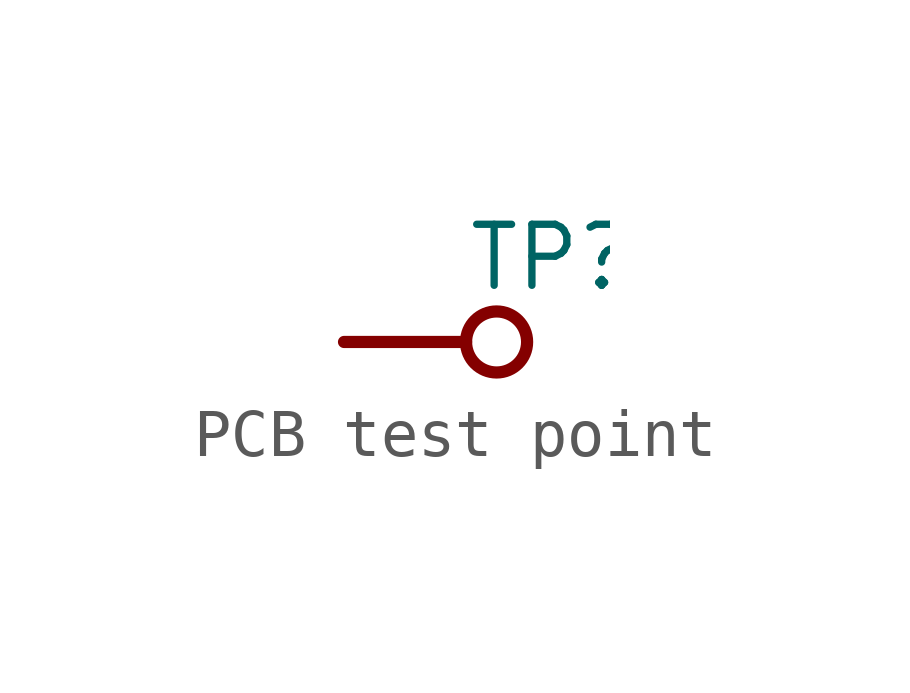
<source format=kicad_sym>
(kicad_symbol_lib
  (version 20220914)
  (generator kicad_symbol_editor)
  (symbol "PCB test point"
    (property "Reference" "TP"
      (at 0 1.016 0)
      (effects (font (size 1.27 1.27)) (justify left bottom)))
    (symbol "PCB test point_1_0"
      (polyline (pts (xy 0 0) (xy -2.54 0)) (stroke (width 0.254) (type solid)) (fill (type none)))
      (circle (center 0.635 0) (radius 0.635) (stroke (width 0.254) (type solid)) (fill (type none)))
      (pin passive line (at -2.54 0 0) (length 0) (name "P$1" (effects (font (size 0 0)))) (number "1" (effects (font (size 0 0))))))))
</source>
